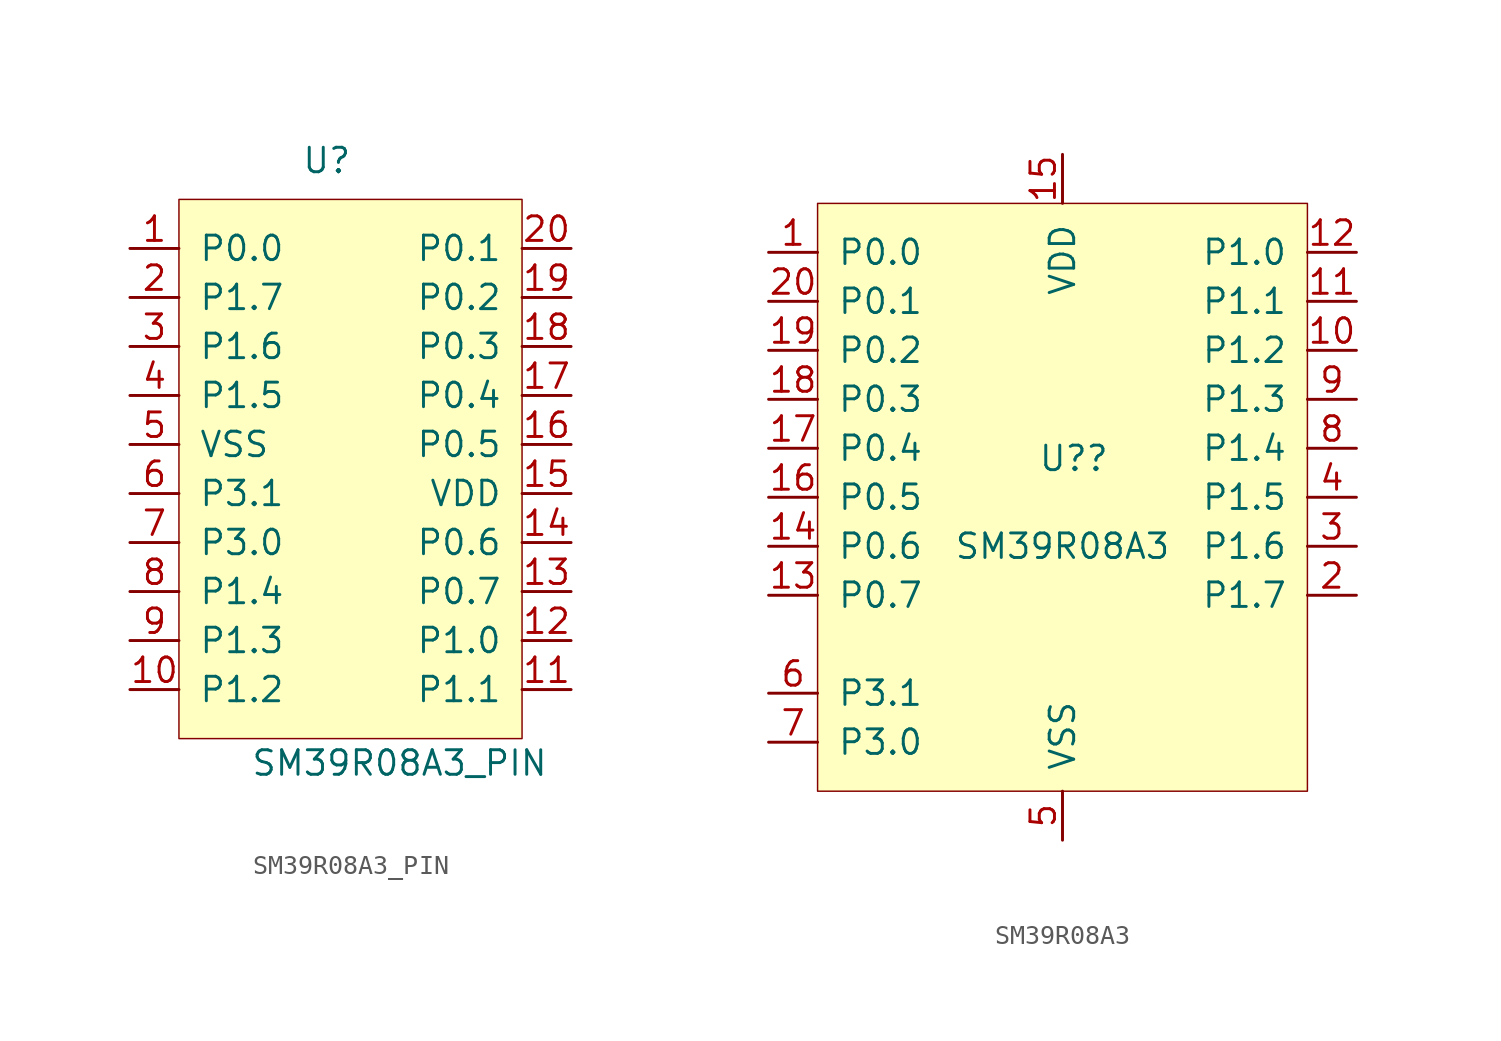
<source format=kicad_sym>
(kicad_symbol_lib
  (version 20220914)
  (generator kicad_symbol_editor)
  (symbol "SM39R08A3_PIN"
    (pin_names
      (offset 1.016))
    (property "Reference" "U"
      (at 6.35 1.27 0)
      (effects (font (size 1.27 1.27)) (justify left bottom)))
    (property "Value" "SM39R08A3_PIN"
      (at 11.43 -29.21 0)
      (effects (font (size 1.27 1.27))))
    (symbol "SM39R08A3_PIN_1_1"
      (rectangle (start 0 0) (end 17.78 -27.94) (stroke (width 0.076) (type default)) (fill (type background)))
      (pin bidirectional line (at -2.54 -2.54 0) (length 2.54) (name "P0.0" (effects (font (size 1.27 1.27)))) (number "1" (effects (font (size 1.27 1.27)))) (alternate "ADC0" bidirectional line) (alternate "CMP1Out" bidirectional line) (alternate "KBI0" bidirectional line) (alternate "SPICLK" bidirectional line))
      (pin bidirectional line (at -2.54 -25.4 0) (length 2.54) (name "P1.2" (effects (font (size 1.27 1.27)))) (number "10" (effects (font (size 1.27 1.27)))) (alternate "IICSCL" bidirectional line) (alternate "OCISCL" bidirectional line) (alternate "T0" bidirectional line))
      (pin bidirectional line (at 20.32 -25.4 180) (length 2.54) (name "P1.1" (effects (font (size 1.27 1.27)))) (number "11" (effects (font (size 1.27 1.27)))) (alternate "RXD" bidirectional line) (alternate "T2EX" bidirectional line))
      (pin bidirectional line (at 20.32 -22.86 180) (length 2.54) (name "P1.0" (effects (font (size 1.27 1.27)))) (number "12" (effects (font (size 1.27 1.27)))) (alternate "TXD" bidirectional line))
      (pin bidirectional line (at 20.32 -20.32 180) (length 2.54) (name "P0.7" (effects (font (size 1.27 1.27)))) (number "13" (effects (font (size 1.27 1.27)))) (alternate "ADC7" bidirectional line) (alternate "CC3" bidirectional line) (alternate "PWM3" bidirectional line) (alternate "T1" bidirectional line))
      (pin bidirectional line (at 20.32 -17.78 180) (length 2.54) (name "P0.6" (effects (font (size 1.27 1.27)))) (number "14" (effects (font (size 1.27 1.27)))) (alternate "ADC6" bidirectional line) (alternate "CMP0Out" bidirectional line))
      (pin power_in line (at 20.32 -15.24 180) (length 2.54) (name "VDD" (effects (font (size 1.27 1.27)))) (number "15" (effects (font (size 1.27 1.27)))))
      (pin bidirectional line (at 20.32 -12.7 180) (length 2.54) (name "P0.5" (effects (font (size 1.27 1.27)))) (number "16" (effects (font (size 1.27 1.27)))) (alternate "ADC5" bidirectional line) (alternate "CC0" bidirectional line) (alternate "PWM2" bidirectional line))
      (pin bidirectional line (at 20.32 -10.16 180) (length 2.54) (name "P0.4" (effects (font (size 1.27 1.27)))) (number "17" (effects (font (size 1.27 1.27)))) (alternate "ADC4" bidirectional line) (alternate "CMP0PIn" bidirectional line))
      (pin bidirectional line (at 20.32 -7.62 180) (length 2.54) (name "P0.3" (effects (font (size 1.27 1.27)))) (number "18" (effects (font (size 1.27 1.27)))) (alternate "ADC3" bidirectional line) (alternate "CMP0NIn" bidirectional line) (alternate "KBI3" bidirectional line) (alternate "T2" bidirectional line))
      (pin bidirectional line (at 20.32 -5.08 180) (length 2.54) (name "P0.2" (effects (font (size 1.27 1.27)))) (number "19" (effects (font (size 1.27 1.27)))) (alternate "ADC2" bidirectional line) (alternate "CMP1PIn" bidirectional line) (alternate "KBI2" bidirectional line))
      (pin bidirectional line (at -2.54 -5.08 0) (length 2.54) (name "P1.7" (effects (font (size 1.27 1.27)))) (number "2" (effects (font (size 1.27 1.27)))) (alternate "CC2" bidirectional line) (alternate "MOSI" bidirectional line) (alternate "PWM1" bidirectional line))
      (pin bidirectional line (at 20.32 -2.54 180) (length 2.54) (name "P0.1" (effects (font (size 1.27 1.27)))) (number "20" (effects (font (size 1.27 1.27)))) (alternate "ADC1" bidirectional line) (alternate "CMP1NIn" bidirectional line) (alternate "KBI1" bidirectional line))
      (pin bidirectional line (at -2.54 -7.62 0) (length 2.54) (name "P1.6" (effects (font (size 1.27 1.27)))) (number "3" (effects (font (size 1.27 1.27)))) (alternate "CC1" bidirectional line) (alternate "MISO" bidirectional line) (alternate "PWM0" bidirectional line))
      (pin bidirectional line (at -2.54 -10.16 0) (length 2.54) (name "P1.5" (effects (font (size 1.27 1.27)))) (number "4" (effects (font (size 1.27 1.27)))) (alternate "RST" bidirectional line))
      (pin power_in line (at -2.54 -12.7 0) (length 2.54) (name "VSS" (effects (font (size 1.27 1.27)))) (number "5" (effects (font (size 1.27 1.27)))))
      (pin bidirectional line (at -2.54 -15.24 0) (length 2.54) (name "P3.1" (effects (font (size 1.27 1.27)))) (number "6" (effects (font (size 1.27 1.27)))) (alternate "OSC_IN" bidirectional line) (alternate "XTAL1" bidirectional line))
      (pin bidirectional line (at -2.54 -17.78 0) (length 2.54) (name "P3.0" (effects (font (size 1.27 1.27)))) (number "7" (effects (font (size 1.27 1.27)))) (alternate "CLKOUT" bidirectional line) (alternate "XTAL2" bidirectional line))
      (pin bidirectional line (at -2.54 -20.32 0) (length 2.54) (name "P1.4" (effects (font (size 1.27 1.27)))) (number "8" (effects (font (size 1.27 1.27)))) (alternate "INT1" bidirectional line) (alternate "SS" bidirectional line))
      (pin bidirectional line (at -2.54 -22.86 0) (length 2.54) (name "P1.3" (effects (font (size 1.27 1.27)))) (number "9" (effects (font (size 1.27 1.27)))) (alternate "IICSDA" bidirectional line) (alternate "INT0" bidirectional line) (alternate "OCISDA" bidirectional line))))
  (symbol "SM39R08A3"
    (pin_names
      (offset 1.016))
    (property "Reference" "U?"
      (at -1.27 1.27 0)
      (effects (font (size 1.27 1.27)) (justify left bottom)))
    (property "Value" "SM39R08A3"
      (at 0 -2.54 0)
      (effects (font (size 1.27 1.27))))
    (symbol "SM39R08A3_1_1"
      (rectangle (start -12.7 15.24) (end 12.7 -15.24) (stroke (width 0.076) (type default)) (fill (type background)))
      (pin bidirectional line (at -15.24 12.7 0) (length 2.54) (name "P0.0" (effects (font (size 1.27 1.27)))) (number "1" (effects (font (size 1.27 1.27)))) (alternate "ADC0" bidirectional line) (alternate "CMP1Out" bidirectional line) (alternate "KBI0" bidirectional line) (alternate "SPICLK" bidirectional line))
      (pin bidirectional line (at 15.24 7.62 180) (length 2.54) (name "P1.2" (effects (font (size 1.27 1.27)))) (number "10" (effects (font (size 1.27 1.27)))) (alternate "IICSCL" bidirectional line) (alternate "OCISCL" bidirectional line) (alternate "T0" bidirectional line))
      (pin bidirectional line (at 15.24 10.16 180) (length 2.54) (name "P1.1" (effects (font (size 1.27 1.27)))) (number "11" (effects (font (size 1.27 1.27)))) (alternate "RXD" bidirectional line) (alternate "T2EX" bidirectional line))
      (pin bidirectional line (at 15.24 12.7 180) (length 2.54) (name "P1.0" (effects (font (size 1.27 1.27)))) (number "12" (effects (font (size 1.27 1.27)))) (alternate "TXD" bidirectional line))
      (pin bidirectional line (at -15.24 -5.08 0) (length 2.54) (name "P0.7" (effects (font (size 1.27 1.27)))) (number "13" (effects (font (size 1.27 1.27)))) (alternate "ADC7" bidirectional line) (alternate "CC3" bidirectional line) (alternate "PWM3" bidirectional line) (alternate "T1" bidirectional line))
      (pin bidirectional line (at -15.24 -2.54 0) (length 2.54) (name "P0.6" (effects (font (size 1.27 1.27)))) (number "14" (effects (font (size 1.27 1.27)))) (alternate "ADC6" bidirectional line) (alternate "CMP0Out" bidirectional line))
      (pin power_in line (at 0 17.78 270) (length 2.54) (name "VDD" (effects (font (size 1.27 1.27)))) (number "15" (effects (font (size 1.27 1.27)))))
      (pin bidirectional line (at -15.24 0 0) (length 2.54) (name "P0.5" (effects (font (size 1.27 1.27)))) (number "16" (effects (font (size 1.27 1.27)))) (alternate "ADC5" bidirectional line) (alternate "CC0" bidirectional line) (alternate "PWM2" bidirectional line))
      (pin bidirectional line (at -15.24 2.54 0) (length 2.54) (name "P0.4" (effects (font (size 1.27 1.27)))) (number "17" (effects (font (size 1.27 1.27)))) (alternate "ADC4" bidirectional line) (alternate "CMP0PIn" bidirectional line))
      (pin bidirectional line (at -15.24 5.08 0) (length 2.54) (name "P0.3" (effects (font (size 1.27 1.27)))) (number "18" (effects (font (size 1.27 1.27)))) (alternate "ADC3" bidirectional line) (alternate "CMP0NIn" bidirectional line) (alternate "KBI3" bidirectional line) (alternate "T2" bidirectional line))
      (pin bidirectional line (at -15.24 7.62 0) (length 2.54) (name "P0.2" (effects (font (size 1.27 1.27)))) (number "19" (effects (font (size 1.27 1.27)))) (alternate "ADC2" bidirectional line) (alternate "CMP1PIn" bidirectional line) (alternate "KBI2" bidirectional line))
      (pin bidirectional line (at 15.24 -5.08 180) (length 2.54) (name "P1.7" (effects (font (size 1.27 1.27)))) (number "2" (effects (font (size 1.27 1.27)))) (alternate "CC2" bidirectional line) (alternate "MOSI" bidirectional line) (alternate "PWM1" bidirectional line))
      (pin bidirectional line (at -15.24 10.16 0) (length 2.54) (name "P0.1" (effects (font (size 1.27 1.27)))) (number "20" (effects (font (size 1.27 1.27)))) (alternate "ADC1" bidirectional line) (alternate "CMP1NIn" bidirectional line) (alternate "KBI1" bidirectional line))
      (pin bidirectional line (at 15.24 -2.54 180) (length 2.54) (name "P1.6" (effects (font (size 1.27 1.27)))) (number "3" (effects (font (size 1.27 1.27)))) (alternate "CC1" bidirectional line) (alternate "MISO" bidirectional line) (alternate "PWM0" bidirectional line))
      (pin bidirectional line (at 15.24 0 180) (length 2.54) (name "P1.5" (effects (font (size 1.27 1.27)))) (number "4" (effects (font (size 1.27 1.27)))) (alternate "RST" bidirectional line))
      (pin power_in line (at 0 -17.78 90) (length 2.54) (name "VSS" (effects (font (size 1.27 1.27)))) (number "5" (effects (font (size 1.27 1.27)))))
      (pin bidirectional line (at -15.24 -10.16 0) (length 2.54) (name "P3.1" (effects (font (size 1.27 1.27)))) (number "6" (effects (font (size 1.27 1.27)))) (alternate "OSC_IN" bidirectional line) (alternate "XTAL1" bidirectional line))
      (pin bidirectional line (at -15.24 -12.7 0) (length 2.54) (name "P3.0" (effects (font (size 1.27 1.27)))) (number "7" (effects (font (size 1.27 1.27)))) (alternate "CLKOUT" bidirectional line) (alternate "XTAL2" bidirectional line))
      (pin bidirectional line (at 15.24 2.54 180) (length 2.54) (name "P1.4" (effects (font (size 1.27 1.27)))) (number "8" (effects (font (size 1.27 1.27)))) (alternate "INT1" bidirectional line) (alternate "SS" bidirectional line))
      (pin bidirectional line (at 15.24 5.08 180) (length 2.54) (name "P1.3" (effects (font (size 1.27 1.27)))) (number "9" (effects (font (size 1.27 1.27)))) (alternate "IICSDA" bidirectional line) (alternate "INT0" bidirectional line) (alternate "OCISDA" bidirectional line)))))
</source>
